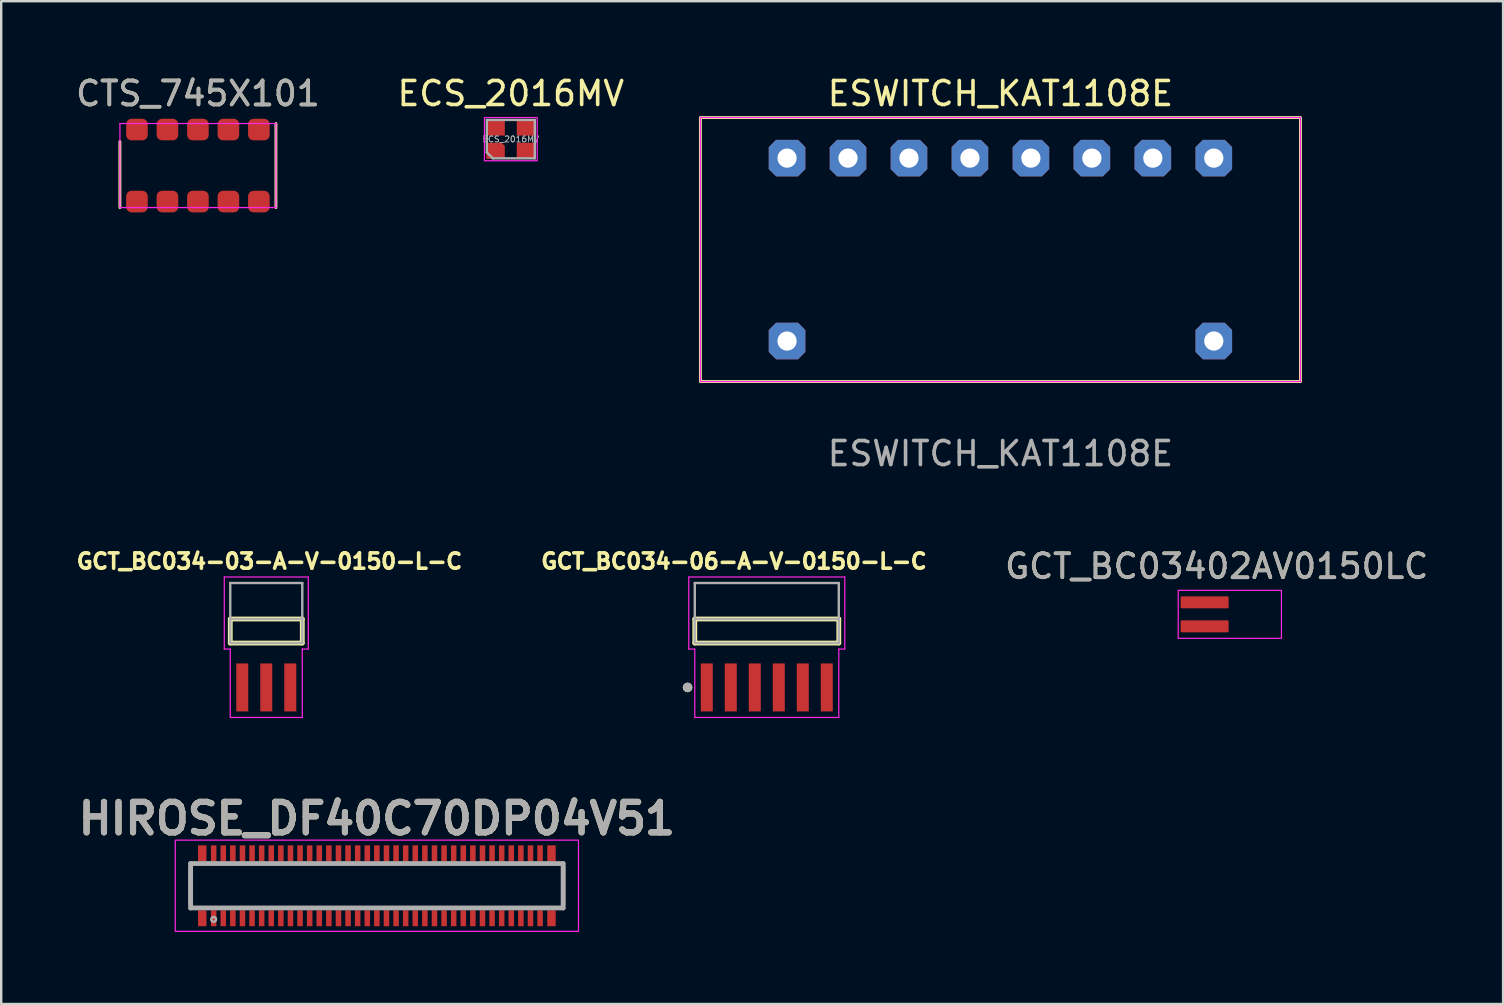
<source format=kicad_pcb>
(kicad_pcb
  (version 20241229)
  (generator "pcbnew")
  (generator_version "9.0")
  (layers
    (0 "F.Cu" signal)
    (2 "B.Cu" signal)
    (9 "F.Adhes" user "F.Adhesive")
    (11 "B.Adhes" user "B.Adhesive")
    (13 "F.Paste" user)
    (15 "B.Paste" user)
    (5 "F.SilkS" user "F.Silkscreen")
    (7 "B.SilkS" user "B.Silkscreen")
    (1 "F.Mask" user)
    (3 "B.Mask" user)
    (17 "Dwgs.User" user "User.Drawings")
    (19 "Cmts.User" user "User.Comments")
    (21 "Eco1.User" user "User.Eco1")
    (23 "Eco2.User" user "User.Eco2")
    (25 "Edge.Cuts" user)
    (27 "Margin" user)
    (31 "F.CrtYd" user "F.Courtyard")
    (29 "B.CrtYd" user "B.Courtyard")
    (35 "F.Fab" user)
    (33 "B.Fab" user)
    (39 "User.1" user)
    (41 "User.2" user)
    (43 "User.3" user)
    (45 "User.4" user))
  (footprint "GCT_BC03402AV0150LC"
    (layer "F.Cu")
    (at 47.139 22.545)
    (property "Reference" "GCT_BC03402AV0150LC" (at 0.5 -2 0) (unlocked yes) (layer "F.SilkS") (effects (font (size 1 1) (thickness 0.15))))
    (attr smd)
    (fp_rect (start -1.1 -1) (end 3.2 1) (stroke (width 0.05) (type solid)) (fill no) (layer "F.CrtYd"))
    (fp_text user "${REFERENCE}" (at 0.5 -2 0) (unlocked yes) (layer "F.Fab") (effects (font (size 1 1) (thickness 0.15))))
    (pad "1" smd roundrect (at 0 -0.5 90) (size 0.5 2) (layers "F.Cu" "F.Mask" "F.Paste") (roundrect_rratio 0.1))
    (pad "2" smd roundrect (at 0 0.5 90) (size 0.5 2) (layers "F.Cu" "F.Mask" "F.Paste") (roundrect_rratio 0.1)))
  (footprint "GCT_BC034-06-A-V-0150-L-C"
    (layer "F.Cu")
    (at 28.897 23.241)
    (property "Reference" "GCT_BC034-06-A-V-0150-L-C" (at -1.368 -2.906 0) (layer "F.SilkS") (effects (font (size 0.64 0.64) (thickness 0.15))))
    (attr through_hole)
    (fp_line (start -3 -0.5) (end 3 -0.5) (stroke (width 0.2) (type solid)) (layer "F.SilkS"))
    (fp_line (start -3 0.5) (end -3 -0.5) (stroke (width 0.2) (type solid)) (layer "F.SilkS"))
    (fp_line (start 3 -0.5) (end 3 0.5) (stroke (width 0.2) (type solid)) (layer "F.SilkS"))
    (fp_line (start 3 0.5) (end -3 0.5) (stroke (width 0.2) (type solid)) (layer "F.SilkS"))
    (fp_circle (center -3.3 2.35) (end -3.2 2.35) (stroke (width 0.2) (type solid)) (fill no) (layer "F.SilkS"))
    (fp_line (start -3.25 -2.25) (end -3.25 0.75) (stroke (width 0.05) (type solid)) (layer "F.CrtYd"))
    (fp_line (start -3.25 0.75) (end -3 0.75) (stroke (width 0.05) (type solid)) (layer "F.CrtYd"))
    (fp_line (start -3 0.75) (end -3 3.6) (stroke (width 0.05) (type solid)) (layer "F.CrtYd"))
    (fp_line (start -3 3.6) (end 3 3.6) (stroke (width 0.05) (type solid)) (layer "F.CrtYd"))
    (fp_line (start 3 0.75) (end 3.25 0.75) (stroke (width 0.05) (type solid)) (layer "F.CrtYd"))
    (fp_line (start 3 3.6) (end 3 0.75) (stroke (width 0.05) (type solid)) (layer "F.CrtYd"))
    (fp_line (start 3.25 -2.25) (end -3.25 -2.25) (stroke (width 0.05) (type solid)) (layer "F.CrtYd"))
    (fp_line (start 3.25 0.75) (end 3.25 -2.25) (stroke (width 0.05) (type solid)) (layer "F.CrtYd"))
    (fp_line (start -3 -2) (end 3 -2) (stroke (width 0.1) (type solid)) (layer "F.Fab"))
    (fp_line (start -3 -0.5) (end -3 -2) (stroke (width 0.1) (type solid)) (layer "F.Fab"))
    (fp_line (start -3 -0.5) (end 3 -0.5) (stroke (width 0.1) (type solid)) (layer "F.Fab"))
    (fp_line (start -3 0.5) (end -3 -0.5) (stroke (width 0.1) (type solid)) (layer "F.Fab"))
    (fp_line (start 3 -2) (end 3 -0.5) (stroke (width 0.1) (type solid)) (layer "F.Fab"))
    (fp_line (start 3 -0.5) (end 3 0.5) (stroke (width 0.1) (type solid)) (layer "F.Fab"))
    (fp_line (start 3 0.5) (end -3 0.5) (stroke (width 0.1) (type solid)) (layer "F.Fab"))
    (fp_circle (center -3.3 2.35) (end -3.2 2.35) (stroke (width 0.2) (type solid)) (fill no) (layer "F.Fab"))
    (pad "1" smd rect (at -2.5 2.35) (size 0.5 2) (layers "F.Cu" "F.Mask" "F.Paste"))
    (pad "2" smd rect (at -1.5 2.35) (size 0.5 2) (layers "F.Cu" "F.Mask" "F.Paste"))
    (pad "3" smd rect (at -0.5 2.35) (size 0.5 2) (layers "F.Cu" "F.Mask" "F.Paste"))
    (pad "4" smd rect (at 0.5 2.35) (size 0.5 2) (layers "F.Cu" "F.Mask" "F.Paste"))
    (pad "5" smd rect (at 1.5 2.35) (size 0.5 2) (layers "F.Cu" "F.Mask" "F.Paste"))
    (pad "6" smd rect (at 2.5 2.35) (size 0.5 2) (layers "F.Cu" "F.Mask" "F.Paste")))
  (footprint "CTS_745X101"
    (layer "F.Cu")
    (at 5.196 3.848)
    (property "Reference" "CTS_745X101" (at 0 -3 0) (unlocked yes) (layer "F.SilkS") (effects (font (size 1 1) (thickness 0.15))))
    (attr smd)
    (fp_line (start -3.25 1.75) (end -3.25 -1) (stroke (width 0.12) (type solid)) (layer "F.SilkS"))
    (fp_line (start 3.25 1.75) (end 3.25 -1.75) (stroke (width 0.12) (type solid)) (layer "F.SilkS"))
    (fp_line (start -3.25 -1.75) (end 0 -1.75) (stroke (width 0.05) (type solid)) (layer "F.CrtYd"))
    (fp_line (start -3.25 1.75) (end -3.25 -1.75) (stroke (width 0.05) (type solid)) (layer "F.CrtYd"))
    (fp_line (start 0 -1.75) (end 3.25 -1.75) (stroke (width 0.05) (type solid)) (layer "F.CrtYd"))
    (fp_line (start 3.25 -1.75) (end 3.25 1.75) (stroke (width 0.05) (type solid)) (layer "F.CrtYd"))
    (fp_line (start 3.25 1.75) (end -3.25 1.75) (stroke (width 0.05) (type solid)) (layer "F.CrtYd"))
    (fp_text user "${REFERENCE}" (at 0 -3 0) (unlocked yes) (layer "F.Fab") (effects (font (size 1 1) (thickness 0.15))))
    (pad "1" smd roundrect (at -2.54 -1.5) (size 0.9 0.9) (layers "F.Cu" "F.Mask" "F.Paste") (roundrect_rratio 0.25))
    (pad "2" smd roundrect (at -2.54 1.5) (size 0.9 0.9) (layers "F.Cu" "F.Mask" "F.Paste") (roundrect_rratio 0.25))
    (pad "3" smd roundrect (at -1.27 -1.5) (size 0.9 0.9) (layers "F.Cu" "F.Mask" "F.Paste") (roundrect_rratio 0.25))
    (pad "4" smd roundrect (at -1.27 1.5) (size 0.9 0.9) (layers "F.Cu" "F.Mask" "F.Paste") (roundrect_rratio 0.25))
    (pad "5" smd roundrect (at 0 -1.5) (size 0.9 0.9) (layers "F.Cu" "F.Mask" "F.Paste") (roundrect_rratio 0.25))
    (pad "6" smd roundrect (at 0 1.5) (size 0.9 0.9) (layers "F.Cu" "F.Mask" "F.Paste") (roundrect_rratio 0.25))
    (pad "7" smd roundrect (at 1.27 -1.5) (size 0.9 0.9) (layers "F.Cu" "F.Mask" "F.Paste") (roundrect_rratio 0.25))
    (pad "8" smd roundrect (at 1.27 1.5) (size 0.9 0.9) (layers "F.Cu" "F.Mask" "F.Paste") (roundrect_rratio 0.25))
    (pad "9" smd roundrect (at 2.54 -1.5) (size 0.9 0.9) (layers "F.Cu" "F.Mask" "F.Paste") (roundrect_rratio 0.25))
    (pad "10" smd roundrect (at 2.54 1.5) (size 0.9 0.9) (layers "F.Cu" "F.Mask" "F.Paste") (roundrect_rratio 0.25)))
  (footprint "ESWITCH_KAT1108E"
    (layer "F.Cu")
    (at 38.631 7.348)
    (property "Reference" "ESWITCH_KAT1108E" (at 0 -6.5 0) (unlocked yes) (layer "F.SilkS") (effects (font (size 1 1) (thickness 0.15))))
    (attr through_hole)
    (fp_rect (start -12.5 5.5) (end 12.5 -5.5) (stroke (width 0.12) (type solid)) (fill no) (layer "F.SilkS"))
    (fp_rect (start -12.5 -5.5) (end 12.5 5.5) (stroke (width 0.05) (type solid)) (fill no) (layer "F.CrtYd"))
    (fp_text user "${REFERENCE}" (at 0 8.5 0) (unlocked yes) (layer "F.Fab") (effects (font (size 1 1) (thickness 0.15))))
    (pad "1" thru_hole roundrect (at -8.89 -3.81 90) (size 1.524 1.524) (drill 0.8) (layers "*.Cu" "*.Mask") (roundrect_rratio 0) (chamfer_ratio 0.2) (chamfer top_left top_right bottom_left bottom_right))
    (pad "2" thru_hole roundrect (at -6.35 -3.81 90) (size 1.524 1.524) (drill 0.8) (layers "*.Cu" "*.Mask") (roundrect_rratio 0) (chamfer_ratio 0.2) (chamfer top_left top_right bottom_left bottom_right))
    (pad "3" thru_hole roundrect (at -3.81 -3.81 90) (size 1.524 1.524) (drill 0.8) (layers "*.Cu" "*.Mask") (roundrect_rratio 0) (chamfer_ratio 0.2) (chamfer top_left top_right bottom_left bottom_right))
    (pad "4" thru_hole roundrect (at -1.27 -3.81 90) (size 1.524 1.524) (drill 0.8) (layers "*.Cu" "*.Mask") (roundrect_rratio 0) (chamfer_ratio 0.2) (chamfer top_left top_right bottom_left bottom_right))
    (pad "5" thru_hole roundrect (at 1.27 -3.81 90) (size 1.524 1.524) (drill 0.8) (layers "*.Cu" "*.Mask") (roundrect_rratio 0) (chamfer_ratio 0.2) (chamfer top_left top_right bottom_left bottom_right))
    (pad "6" thru_hole roundrect (at 3.81 -3.81 90) (size 1.524 1.524) (drill 0.8) (layers "*.Cu" "*.Mask") (roundrect_rratio 0) (chamfer_ratio 0.2) (chamfer top_left top_right bottom_left bottom_right))
    (pad "7" thru_hole roundrect (at 6.35 -3.81 90) (size 1.524 1.524) (drill 0.8) (layers "*.Cu" "*.Mask") (roundrect_rratio 0) (chamfer_ratio 0.2) (chamfer top_left top_right bottom_left bottom_right))
    (pad "8" thru_hole roundrect (at 8.89 -3.81 90) (size 1.524 1.524) (drill 0.8) (layers "*.Cu" "*.Mask") (roundrect_rratio 0) (chamfer_ratio 0.2) (chamfer top_left top_right bottom_left bottom_right))
    (pad "9" thru_hole roundrect (at -8.89 3.81 90) (size 1.524 1.524) (drill 0.8) (layers "*.Cu" "*.Mask") (roundrect_rratio 0) (chamfer_ratio 0.2) (chamfer top_left top_right bottom_left bottom_right))
    (pad "10" thru_hole roundrect (at 8.89 3.81 90) (size 1.524 1.524) (drill 0.8) (layers "*.Cu" "*.Mask") (roundrect_rratio 0) (chamfer_ratio 0.2) (chamfer top_left top_right bottom_left bottom_right)))
  (footprint "ECS_2016MV"
    (layer "F.Cu")
    (at 18.232 2.748)
    (property "Reference" "ECS_2016MV" (at 0 -1.9 0) (unlocked yes) (layer "F.SilkS") (effects (font (size 1 1) (thickness 0.15))))
    (attr smd)
    (fp_rect (start -1.1 0.9) (end 1.1 -0.9) (stroke (width 0.05) (type default)) (fill no) (layer "F.CrtYd"))
    (fp_line (start -1 -0.8) (end -1 0.55) (stroke (width 0.1) (type default)) (layer "F.Fab"))
    (fp_line (start -1 0.55) (end -0.75 0.8) (stroke (width 0.1) (type default)) (layer "F.Fab"))
    (fp_line (start -0.75 0.8) (end 1 0.8) (stroke (width 0.1) (type default)) (layer "F.Fab"))
    (fp_line (start 1 -0.8) (end -1 -0.8) (stroke (width 0.1) (type default)) (layer "F.Fab"))
    (fp_line (start 1 0.8) (end 1 -0.8) (stroke (width 0.1) (type default)) (layer "F.Fab"))
    (fp_text user "${REFERENCE}" (at 0 0 0) (unlocked yes) (layer "F.Fab") (effects (font (size 0.25 0.25) (thickness 0.04))))
    (pad "1" smd roundrect (at -0.637 0.487) (size 0.775 0.675) (layers "F.Cu" "F.Mask" "F.Paste") (roundrect_rratio 0) (chamfer_ratio 0.2) (chamfer top_right))
    (pad "2" smd roundrect (at 0.637 0.487) (size 0.775 0.675) (layers "F.Cu" "F.Mask" "F.Paste") (roundrect_rratio 0.03))
    (pad "3" smd roundrect (at 0.637 -0.487) (size 0.775 0.675) (layers "F.Cu" "F.Mask" "F.Paste") (roundrect_rratio 0.03))
    (pad "4" smd roundrect (at -0.637 -0.487) (size 0.775 0.675) (layers "F.Cu" "F.Mask" "F.Paste") (roundrect_rratio 0.03)))
  (footprint "GCT_BC034-03-A-V-0150-L-C"
    (layer "F.Cu")
    (at 8.044 23.241)
    (property "Reference" "GCT_BC034-03-A-V-0150-L-C" (at 0.132 -2.906 0) (layer "F.SilkS") (effects (font (size 0.64 0.64) (thickness 0.15))))
    (attr through_hole)
    (fp_line (start -1.5 -0.5) (end 1.5 -0.5) (stroke (width 0.2) (type solid)) (layer "F.SilkS"))
    (fp_line (start -1.5 0.5) (end -1.5 -0.5) (stroke (width 0.2) (type solid)) (layer "F.SilkS"))
    (fp_line (start 1.5 -0.5) (end 1.5 0.5) (stroke (width 0.2) (type solid)) (layer "F.SilkS"))
    (fp_line (start 1.5 0.5) (end -1.5 0.5) (stroke (width 0.2) (type solid)) (layer "F.SilkS"))
    (fp_line (start -1.75 -2.25) (end -1.75 0.75) (stroke (width 0.05) (type solid)) (layer "F.CrtYd"))
    (fp_line (start -1.75 0.75) (end -1.5 0.75) (stroke (width 0.05) (type solid)) (layer "F.CrtYd"))
    (fp_line (start -1.5 0.75) (end -1.5 3.6) (stroke (width 0.05) (type solid)) (layer "F.CrtYd"))
    (fp_line (start -1.5 3.6) (end 1.5 3.6) (stroke (width 0.05) (type solid)) (layer "F.CrtYd"))
    (fp_line (start 1.5 0.75) (end 1.75 0.75) (stroke (width 0.05) (type solid)) (layer "F.CrtYd"))
    (fp_line (start 1.5 3.6) (end 1.5 0.75) (stroke (width 0.05) (type solid)) (layer "F.CrtYd"))
    (fp_line (start 1.75 -2.25) (end -1.75 -2.25) (stroke (width 0.05) (type solid)) (layer "F.CrtYd"))
    (fp_line (start 1.75 0.75) (end 1.75 -2.25) (stroke (width 0.05) (type solid)) (layer "F.CrtYd"))
    (fp_line (start -1.5 -2) (end 1.5 -2) (stroke (width 0.1) (type solid)) (layer "F.Fab"))
    (fp_line (start -1.5 -0.5) (end -1.5 -2) (stroke (width 0.1) (type solid)) (layer "F.Fab"))
    (fp_line (start -1.5 -0.5) (end 1.5 -0.5) (stroke (width 0.1) (type solid)) (layer "F.Fab"))
    (fp_line (start -1.5 0.5) (end -1.5 -0.5) (stroke (width 0.1) (type solid)) (layer "F.Fab"))
    (fp_line (start 1.5 -2) (end 1.5 -0.5) (stroke (width 0.1) (type solid)) (layer "F.Fab"))
    (fp_line (start 1.5 -0.5) (end 1.5 0.5) (stroke (width 0.1) (type solid)) (layer "F.Fab"))
    (fp_line (start 1.5 0.5) (end -1.5 0.5) (stroke (width 0.1) (type solid)) (layer "F.Fab"))
    (pad "1" smd rect (at -1 2.35) (size 0.5 2) (layers "F.Cu" "F.Mask" "F.Paste"))
    (pad "2" smd rect (at 0 2.35) (size 0.5 2) (layers "F.Cu" "F.Mask" "F.Paste"))
    (pad "3" smd rect (at 1 2.35) (size 0.5 2) (layers "F.Cu" "F.Mask" "F.Paste")))
  (footprint "HIROSE_DF40C70DP04V51"
    (layer "F.Cu")
    (at 12.652 33.854)
    (property "Reference" "HIROSE_DF40C70DP04V51" (at 0 -2.8 0) (layer "F.SilkS") (effects (font (size 1.27 1.27) (thickness 0.254))))
    (attr smd)
    (fp_line (start -7.8 0.8) (end -7.8 -0.8) (stroke (width 0.1) (type solid)) (layer "F.SilkS"))
    (fp_line (start 7.8 0.8) (end 7.8 -0.8) (stroke (width 0.1) (type solid)) (layer "F.SilkS"))
    (fp_rect (start -8.4 -1.9) (end 8.4 1.9) (stroke (width 0.05) (type solid)) (fill no) (layer "F.CrtYd"))
    (fp_line (start -7.76 -0.925) (end 7.76 -0.925) (stroke (width 0.2) (type solid)) (layer "F.Fab"))
    (fp_line (start -7.76 0.925) (end -7.76 -0.925) (stroke (width 0.2) (type solid)) (layer "F.Fab"))
    (fp_line (start 7.76 -0.925) (end 7.76 0.925) (stroke (width 0.2) (type solid)) (layer "F.Fab"))
    (fp_line (start 7.76 0.925) (end -7.76 0.925) (stroke (width 0.2) (type solid)) (layer "F.Fab"))
    (fp_circle (center -6.8 1.4) (end -6.7 1.4) (stroke (width 0.1) (type solid)) (fill no) (layer "F.Fab"))
    (fp_text user "${REFERENCE}" (at 0 -2.8 0) (layer "F.Fab") (effects (font (size 1.27 1.27) (thickness 0.254))))
    (pad "1" smd rect (at -6.8 1.355) (size 0.23 0.66) (layers "F.Cu" "F.Mask" "F.Paste"))
    (pad "2" smd rect (at -6.8 -1.355) (size 0.23 0.66) (layers "F.Cu" "F.Mask" "F.Paste"))
    (pad "3" smd rect (at -6.4 1.355) (size 0.23 0.66) (layers "F.Cu" "F.Mask" "F.Paste"))
    (pad "4" smd rect (at -6.4 -1.355) (size 0.23 0.66) (layers "F.Cu" "F.Mask" "F.Paste"))
    (pad "5" smd rect (at -6 1.355) (size 0.23 0.66) (layers "F.Cu" "F.Mask" "F.Paste"))
    (pad "6" smd rect (at -6 -1.355) (size 0.23 0.66) (layers "F.Cu" "F.Mask" "F.Paste"))
    (pad "7" smd rect (at -5.6 1.355) (size 0.23 0.66) (layers "F.Cu" "F.Mask" "F.Paste"))
    (pad "8" smd rect (at -5.6 -1.355) (size 0.23 0.66) (layers "F.Cu" "F.Mask" "F.Paste"))
    (pad "9" smd rect (at -5.2 1.355) (size 0.23 0.66) (layers "F.Cu" "F.Mask" "F.Paste"))
    (pad "10" smd rect (at -5.2 -1.355) (size 0.23 0.66) (layers "F.Cu" "F.Mask" "F.Paste"))
    (pad "11" smd rect (at -4.8 1.355) (size 0.23 0.66) (layers "F.Cu" "F.Mask" "F.Paste"))
    (pad "12" smd rect (at -4.8 -1.355) (size 0.23 0.66) (layers "F.Cu" "F.Mask" "F.Paste"))
    (pad "13" smd rect (at -4.4 1.355) (size 0.23 0.66) (layers "F.Cu" "F.Mask" "F.Paste"))
    (pad "14" smd rect (at -4.4 -1.355) (size 0.23 0.66) (layers "F.Cu" "F.Mask" "F.Paste"))
    (pad "15" smd rect (at -4 1.355) (size 0.23 0.66) (layers "F.Cu" "F.Mask" "F.Paste"))
    (pad "16" smd rect (at -4 -1.355) (size 0.23 0.66) (layers "F.Cu" "F.Mask" "F.Paste"))
    (pad "17" smd rect (at -3.6 1.355) (size 0.23 0.66) (layers "F.Cu" "F.Mask" "F.Paste"))
    (pad "18" smd rect (at -3.6 -1.355) (size 0.23 0.66) (layers "F.Cu" "F.Mask" "F.Paste"))
    (pad "19" smd rect (at -3.2 1.355) (size 0.23 0.66) (layers "F.Cu" "F.Mask" "F.Paste"))
    (pad "20" smd rect (at -3.2 -1.355) (size 0.23 0.66) (layers "F.Cu" "F.Mask" "F.Paste"))
    (pad "21" smd rect (at -2.8 1.355) (size 0.23 0.66) (layers "F.Cu" "F.Mask" "F.Paste"))
    (pad "22" smd rect (at -2.8 -1.355) (size 0.23 0.66) (layers "F.Cu" "F.Mask" "F.Paste"))
    (pad "23" smd rect (at -2.4 1.355) (size 0.23 0.66) (layers "F.Cu" "F.Mask" "F.Paste"))
    (pad "24" smd rect (at -2.4 -1.355) (size 0.23 0.66) (layers "F.Cu" "F.Mask" "F.Paste"))
    (pad "25" smd rect (at -2 1.355) (size 0.23 0.66) (layers "F.Cu" "F.Mask" "F.Paste"))
    (pad "26" smd rect (at -2 -1.355) (size 0.23 0.66) (layers "F.Cu" "F.Mask" "F.Paste"))
    (pad "27" smd rect (at -1.6 1.355) (size 0.23 0.66) (layers "F.Cu" "F.Mask" "F.Paste"))
    (pad "28" smd rect (at -1.6 -1.355) (size 0.23 0.66) (layers "F.Cu" "F.Mask" "F.Paste"))
    (pad "29" smd rect (at -1.2 1.355) (size 0.23 0.66) (layers "F.Cu" "F.Mask" "F.Paste"))
    (pad "30" smd rect (at -1.2 -1.355) (size 0.23 0.66) (layers "F.Cu" "F.Mask" "F.Paste"))
    (pad "31" smd rect (at -0.8 1.355) (size 0.23 0.66) (layers "F.Cu" "F.Mask" "F.Paste"))
    (pad "32" smd rect (at -0.8 -1.355) (size 0.23 0.66) (layers "F.Cu" "F.Mask" "F.Paste"))
    (pad "33" smd rect (at -0.4 1.355) (size 0.23 0.66) (layers "F.Cu" "F.Mask" "F.Paste"))
    (pad "34" smd rect (at -0.4 -1.355) (size 0.23 0.66) (layers "F.Cu" "F.Mask" "F.Paste"))
    (pad "35" smd rect (at 0 1.355) (size 0.23 0.66) (layers "F.Cu" "F.Mask" "F.Paste"))
    (pad "36" smd rect (at 0 -1.355) (size 0.23 0.66) (layers "F.Cu" "F.Mask" "F.Paste"))
    (pad "37" smd rect (at 0.4 1.355) (size 0.23 0.66) (layers "F.Cu" "F.Mask" "F.Paste"))
    (pad "38" smd rect (at 0.4 -1.355) (size 0.23 0.66) (layers "F.Cu" "F.Mask" "F.Paste"))
    (pad "39" smd rect (at 0.8 1.355) (size 0.23 0.66) (layers "F.Cu" "F.Mask" "F.Paste"))
    (pad "40" smd rect (at 0.8 -1.355) (size 0.23 0.66) (layers "F.Cu" "F.Mask" "F.Paste"))
    (pad "41" smd rect (at 1.2 1.355) (size 0.23 0.66) (layers "F.Cu" "F.Mask" "F.Paste"))
    (pad "42" smd rect (at 1.2 -1.355) (size 0.23 0.66) (layers "F.Cu" "F.Mask" "F.Paste"))
    (pad "43" smd rect (at 1.6 1.355) (size 0.23 0.66) (layers "F.Cu" "F.Mask" "F.Paste"))
    (pad "44" smd rect (at 1.6 -1.355) (size 0.23 0.66) (layers "F.Cu" "F.Mask" "F.Paste"))
    (pad "45" smd rect (at 2 1.355) (size 0.23 0.66) (layers "F.Cu" "F.Mask" "F.Paste"))
    (pad "46" smd rect (at 2 -1.355) (size 0.23 0.66) (layers "F.Cu" "F.Mask" "F.Paste"))
    (pad "47" smd rect (at 2.4 1.355) (size 0.23 0.66) (layers "F.Cu" "F.Mask" "F.Paste"))
    (pad "48" smd rect (at 2.4 -1.355) (size 0.23 0.66) (layers "F.Cu" "F.Mask" "F.Paste"))
    (pad "49" smd rect (at 2.8 1.355) (size 0.23 0.66) (layers "F.Cu" "F.Mask" "F.Paste"))
    (pad "50" smd rect (at 2.8 -1.355) (size 0.23 0.66) (layers "F.Cu" "F.Mask" "F.Paste"))
    (pad "51" smd rect (at 3.2 1.355) (size 0.23 0.66) (layers "F.Cu" "F.Mask" "F.Paste"))
    (pad "52" smd rect (at 3.2 -1.355) (size 0.23 0.66) (layers "F.Cu" "F.Mask" "F.Paste"))
    (pad "53" smd rect (at 3.6 1.355) (size 0.23 0.66) (layers "F.Cu" "F.Mask" "F.Paste"))
    (pad "54" smd rect (at 3.6 -1.355) (size 0.23 0.66) (layers "F.Cu" "F.Mask" "F.Paste"))
    (pad "55" smd rect (at 4 1.355) (size 0.23 0.66) (layers "F.Cu" "F.Mask" "F.Paste"))
    (pad "56" smd rect (at 4 -1.355) (size 0.23 0.66) (layers "F.Cu" "F.Mask" "F.Paste"))
    (pad "57" smd rect (at 4.4 1.355) (size 0.23 0.66) (layers "F.Cu" "F.Mask" "F.Paste"))
    (pad "58" smd rect (at 4.4 -1.355) (size 0.23 0.66) (layers "F.Cu" "F.Mask" "F.Paste"))
    (pad "59" smd rect (at 4.8 1.355) (size 0.23 0.66) (layers "F.Cu" "F.Mask" "F.Paste"))
    (pad "60" smd rect (at 4.8 -1.355) (size 0.23 0.66) (layers "F.Cu" "F.Mask" "F.Paste"))
    (pad "61" smd rect (at 5.2 1.355) (size 0.23 0.66) (layers "F.Cu" "F.Mask" "F.Paste"))
    (pad "62" smd rect (at 5.2 -1.355) (size 0.23 0.66) (layers "F.Cu" "F.Mask" "F.Paste"))
    (pad "63" smd rect (at 5.6 1.355) (size 0.23 0.66) (layers "F.Cu" "F.Mask" "F.Paste"))
    (pad "64" smd rect (at 5.6 -1.355) (size 0.23 0.66) (layers "F.Cu" "F.Mask" "F.Paste"))
    (pad "65" smd rect (at 6 1.355) (size 0.23 0.66) (layers "F.Cu" "F.Mask" "F.Paste"))
    (pad "66" smd rect (at 6 -1.355) (size 0.23 0.66) (layers "F.Cu" "F.Mask" "F.Paste"))
    (pad "67" smd rect (at 6.4 1.355) (size 0.23 0.66) (layers "F.Cu" "F.Mask" "F.Paste"))
    (pad "68" smd rect (at 6.4 -1.355) (size 0.23 0.66) (layers "F.Cu" "F.Mask" "F.Paste"))
    (pad "69" smd rect (at 6.8 1.355) (size 0.23 0.66) (layers "F.Cu" "F.Mask" "F.Paste"))
    (pad "70" smd rect (at 6.8 -1.355) (size 0.23 0.66) (layers "F.Cu" "F.Mask" "F.Paste"))
    (pad "MP1" smd rect (at -7.275 1.355) (size 0.35 0.66) (layers "F.Cu" "F.Mask" "F.Paste"))
    (pad "MP2" smd rect (at -7.275 -1.355) (size 0.35 0.66) (layers "F.Cu" "F.Mask" "F.Paste"))
    (pad "MP3" smd rect (at 7.275 1.355) (size 0.35 0.66) (layers "F.Cu" "F.Mask" "F.Paste"))
    (pad "MP4" smd rect (at 7.275 -1.355) (size 0.35 0.66) (layers "F.Cu" "F.Mask" "F.Paste")))
  (gr_rect
    (start -3 -3)
    (end 59.574 38.779)
    (stroke (width 0.1) (type default))
    (fill no)
    (layer "Edge.Cuts")))
</source>
